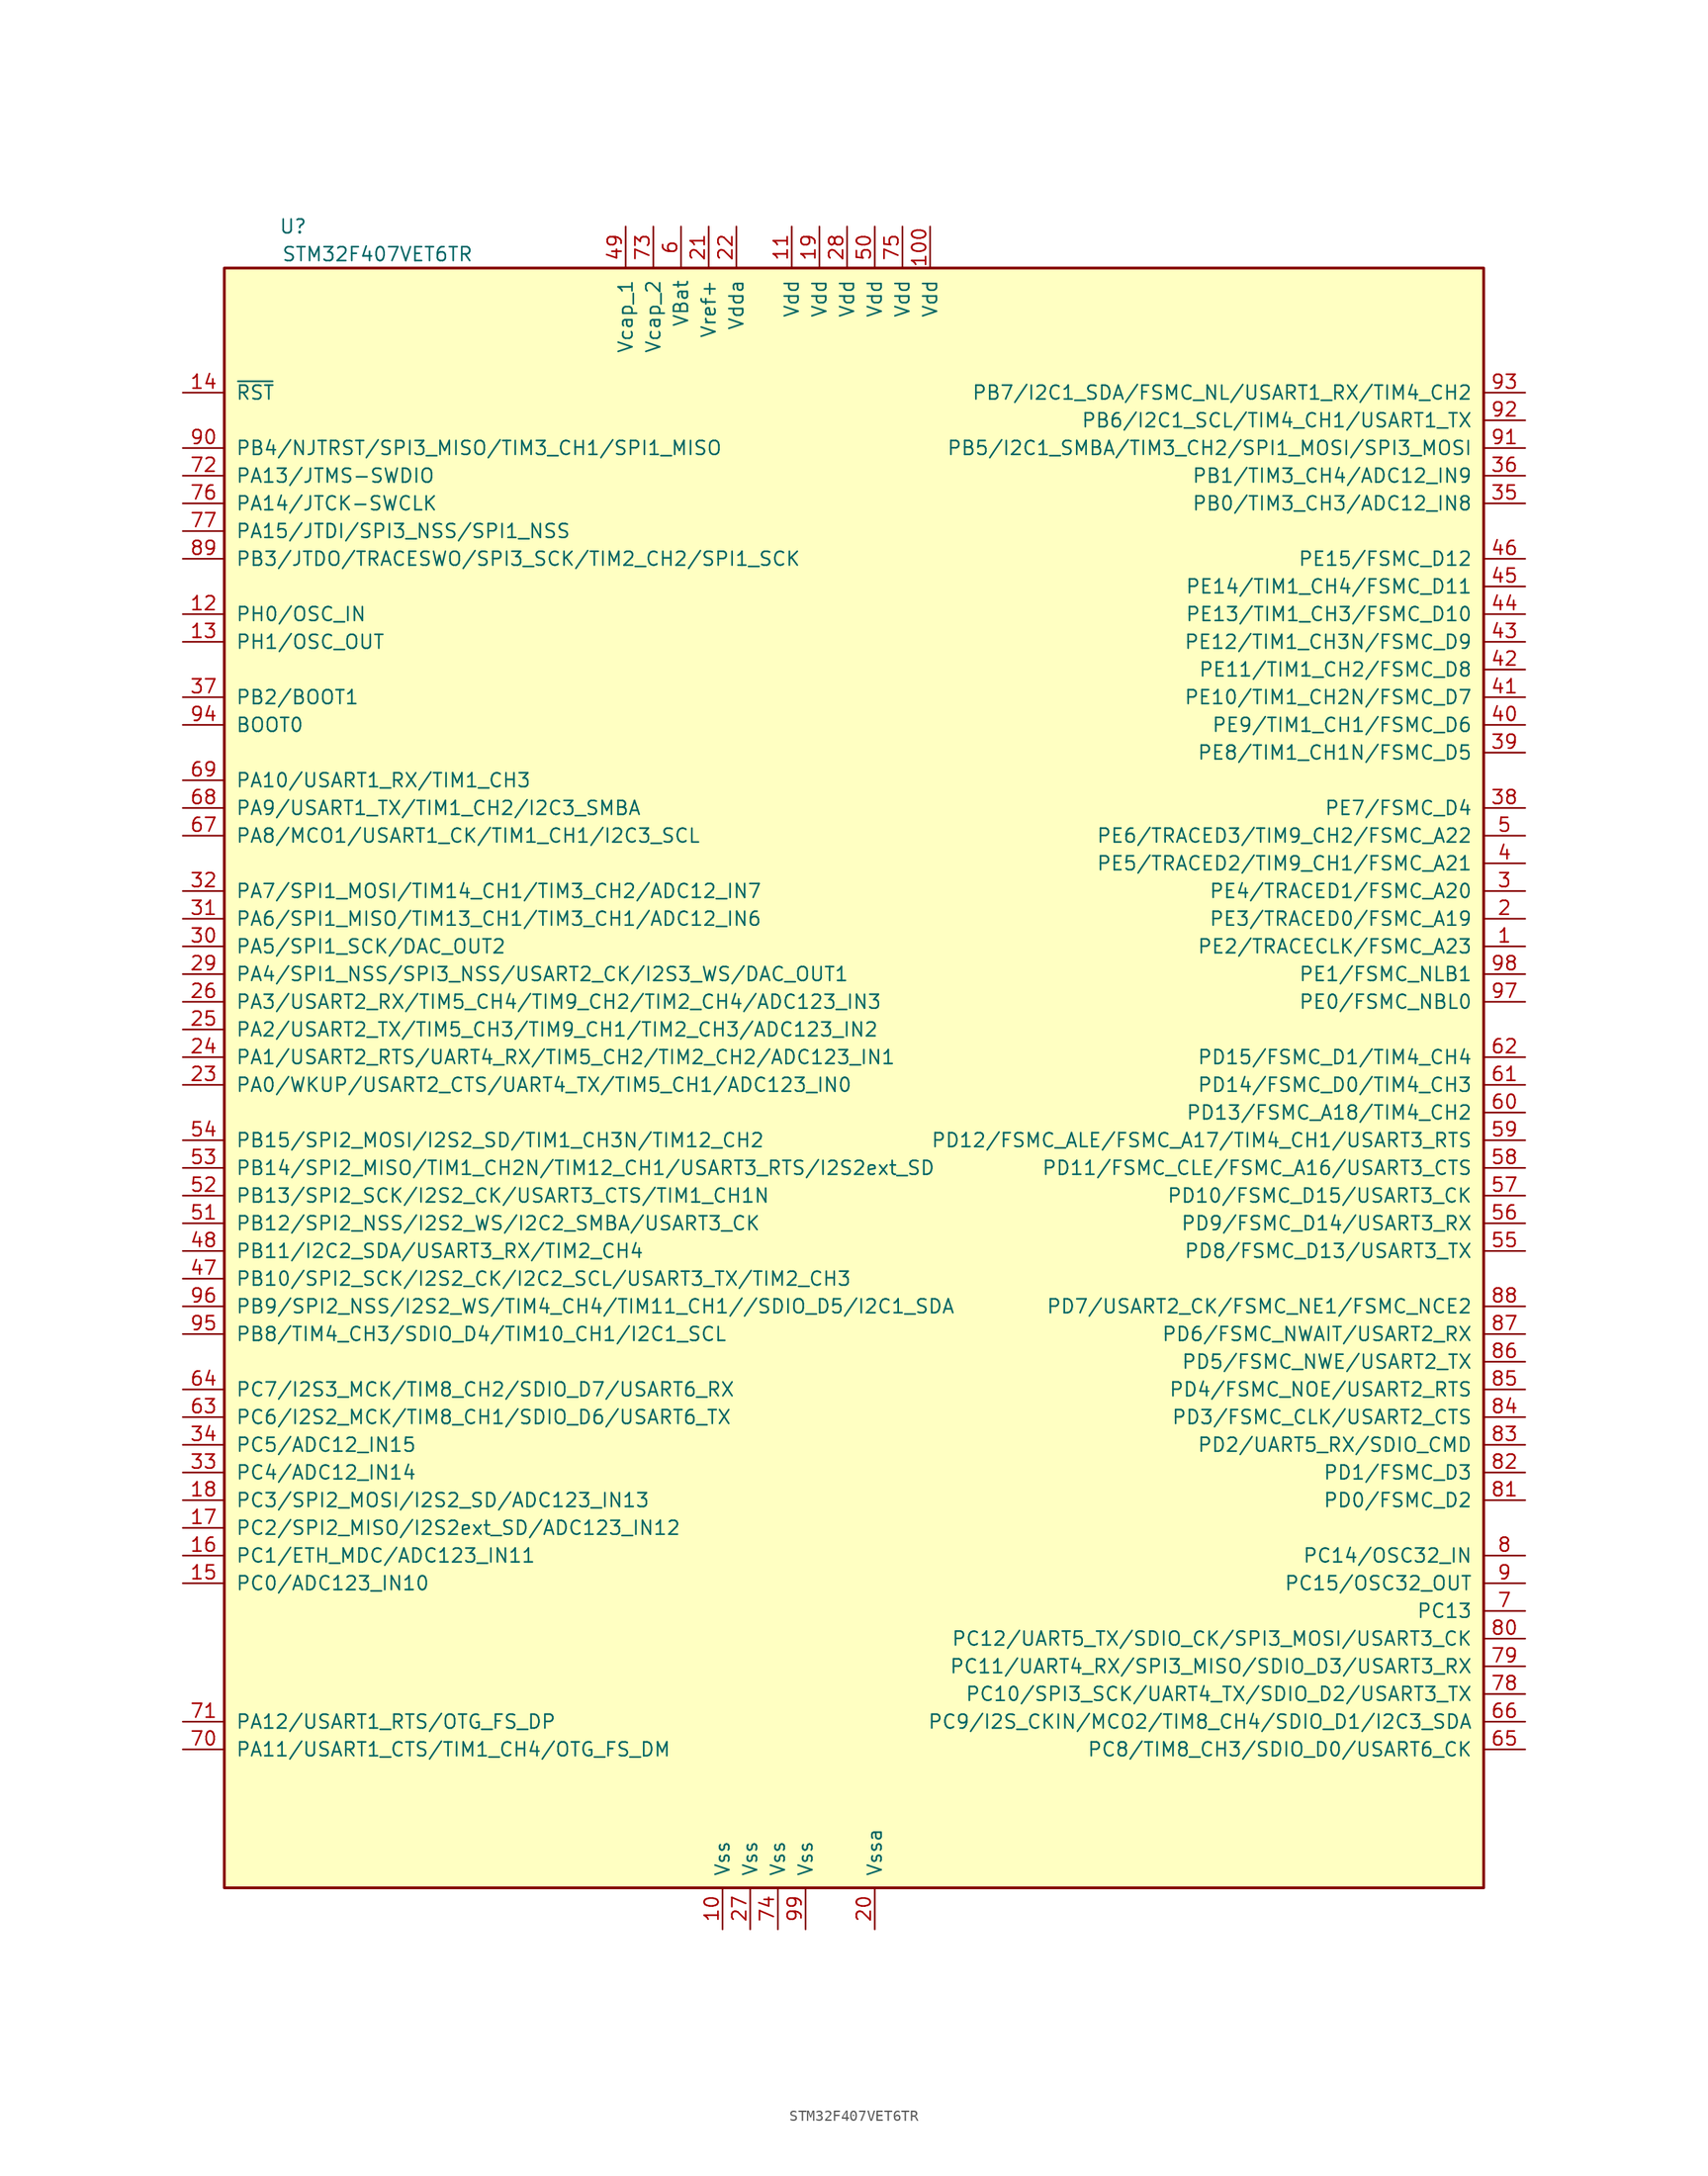
<source format=kicad_sym>
(kicad_symbol_lib
  (version 20211014)
  (generator kicad_symbol_editor)
  (symbol "STM32F407VET6TR"
    (pin_names
      (offset 1.016))
    (property "Reference" "U"
      (at -49.53 76.2 0)
      (effects (font (size 1.27 1.27)) (justify right)))
    (property "Value" "STM32F407VET6TR"
      (at -34.29 73.66 0)
      (effects (font (size 1.27 1.27)) (justify right)))
    (symbol "STM32F407VET6TR_0_1"
      (rectangle (start -57.15 72.39) (end 58.42 -76.2) (stroke (width 0.254) (type default) (color 0 0 0 0)) (fill (type background))))
    (symbol "STM32F407VET6TR_1_1"
      (pin bidirectional line (at 62.23 10.16 180) (length 3.81) (name "PE2/TRACECLK/FSMC_A23" (effects (font (size 1.27 1.27)))) (number "1" (effects (font (size 1.27 1.27)))))
      (pin power_in line (at -11.43 -80.01 90) (length 3.81) (name "Vss" (effects (font (size 1.27 1.27)))) (number "10" (effects (font (size 1.27 1.27)))))
      (pin power_in line (at 7.62 76.2 270) (length 3.81) (name "Vdd" (effects (font (size 1.27 1.27)))) (number "100" (effects (font (size 1.27 1.27)))))
      (pin power_in line (at -5.08 76.2 270) (length 3.81) (name "Vdd" (effects (font (size 1.27 1.27)))) (number "11" (effects (font (size 1.27 1.27)))))
      (pin bidirectional line (at -60.96 40.64 0) (length 3.81) (name "PH0/OSC_IN" (effects (font (size 1.27 1.27)))) (number "12" (effects (font (size 1.27 1.27)))))
      (pin bidirectional line (at -60.96 38.1 0) (length 3.81) (name "PH1/OSC_OUT" (effects (font (size 1.27 1.27)))) (number "13" (effects (font (size 1.27 1.27)))))
      (pin bidirectional line (at -60.96 60.96 0) (length 3.81) (name "~{RST}" (effects (font (size 1.27 1.27)))) (number "14" (effects (font (size 1.27 1.27)))))
      (pin bidirectional line (at -60.96 -48.26 0) (length 3.81) (name "PC0/ADC123_IN10" (effects (font (size 1.27 1.27)))) (number "15" (effects (font (size 1.27 1.27)))))
      (pin bidirectional line (at -60.96 -45.72 0) (length 3.81) (name "PC1/ETH_MDC/ADC123_IN11" (effects (font (size 1.27 1.27)))) (number "16" (effects (font (size 1.27 1.27)))))
      (pin bidirectional line (at -60.96 -43.18 0) (length 3.81) (name "PC2/SPI2_MISO/I2S2ext_SD/ADC123_IN12" (effects (font (size 1.27 1.27)))) (number "17" (effects (font (size 1.27 1.27)))))
      (pin bidirectional line (at -60.96 -40.64 0) (length 3.81) (name "PC3/SPI2_MOSI/I2S2_SD/ADC123_IN13" (effects (font (size 1.27 1.27)))) (number "18" (effects (font (size 1.27 1.27)))))
      (pin power_in line (at -2.54 76.2 270) (length 3.81) (name "Vdd" (effects (font (size 1.27 1.27)))) (number "19" (effects (font (size 1.27 1.27)))))
      (pin bidirectional line (at 62.23 12.7 180) (length 3.81) (name "PE3/TRACED0/FSMC_A19" (effects (font (size 1.27 1.27)))) (number "2" (effects (font (size 1.27 1.27)))))
      (pin power_in line (at 2.54 -80.01 90) (length 3.81) (name "Vssa" (effects (font (size 1.27 1.27)))) (number "20" (effects (font (size 1.27 1.27)))))
      (pin power_in line (at -12.7 76.2 270) (length 3.81) (name "Vref+" (effects (font (size 1.27 1.27)))) (number "21" (effects (font (size 1.27 1.27)))))
      (pin power_in line (at -10.16 76.2 270) (length 3.81) (name "Vdda" (effects (font (size 1.27 1.27)))) (number "22" (effects (font (size 1.27 1.27)))))
      (pin bidirectional line (at -60.96 -2.54 0) (length 3.81) (name "PA0/WKUP/USART2_CTS/UART4_TX/TIM5_CH1/ADC123_IN0" (effects (font (size 1.27 1.27)))) (number "23" (effects (font (size 1.27 1.27)))))
      (pin bidirectional line (at -60.96 0 0) (length 3.81) (name "PA1/USART2_RTS/UART4_RX/TIM5_CH2/TIM2_CH2/ADC123_IN1" (effects (font (size 1.27 1.27)))) (number "24" (effects (font (size 1.27 1.27)))))
      (pin bidirectional line (at -60.96 2.54 0) (length 3.81) (name "PA2/USART2_TX/TIM5_CH3/TIM9_CH1/TIM2_CH3/ADC123_IN2" (effects (font (size 1.27 1.27)))) (number "25" (effects (font (size 1.27 1.27)))))
      (pin bidirectional line (at -60.96 5.08 0) (length 3.81) (name "PA3/USART2_RX/TIM5_CH4/TIM9_CH2/TIM2_CH4/ADC123_IN3" (effects (font (size 1.27 1.27)))) (number "26" (effects (font (size 1.27 1.27)))))
      (pin power_in line (at -8.89 -80.01 90) (length 3.81) (name "Vss" (effects (font (size 1.27 1.27)))) (number "27" (effects (font (size 1.27 1.27)))))
      (pin power_in line (at 0 76.2 270) (length 3.81) (name "Vdd" (effects (font (size 1.27 1.27)))) (number "28" (effects (font (size 1.27 1.27)))))
      (pin bidirectional line (at -60.96 7.62 0) (length 3.81) (name "PA4/SPI1_NSS/SPI3_NSS/USART2_CK/I2S3_WS/DAC_OUT1" (effects (font (size 1.27 1.27)))) (number "29" (effects (font (size 1.27 1.27)))))
      (pin bidirectional line (at 62.23 15.24 180) (length 3.81) (name "PE4/TRACED1/FSMC_A20" (effects (font (size 1.27 1.27)))) (number "3" (effects (font (size 1.27 1.27)))))
      (pin bidirectional line (at -60.96 10.16 0) (length 3.81) (name "PA5/SPI1_SCK/DAC_OUT2" (effects (font (size 1.27 1.27)))) (number "30" (effects (font (size 1.27 1.27)))))
      (pin bidirectional line (at -60.96 12.7 0) (length 3.81) (name "PA6/SPI1_MISO/TIM13_CH1/TIM3_CH1/ADC12_IN6" (effects (font (size 1.27 1.27)))) (number "31" (effects (font (size 1.27 1.27)))))
      (pin bidirectional line (at -60.96 15.24 0) (length 3.81) (name "PA7/SPI1_MOSI/TIM14_CH1/TIM3_CH2/ADC12_IN7" (effects (font (size 1.27 1.27)))) (number "32" (effects (font (size 1.27 1.27)))))
      (pin bidirectional line (at -60.96 -38.1 0) (length 3.81) (name "PC4/ADC12_IN14" (effects (font (size 1.27 1.27)))) (number "33" (effects (font (size 1.27 1.27)))))
      (pin bidirectional line (at -60.96 -35.56 0) (length 3.81) (name "PC5/ADC12_IN15" (effects (font (size 1.27 1.27)))) (number "34" (effects (font (size 1.27 1.27)))))
      (pin bidirectional line (at 62.23 50.8 180) (length 3.81) (name "PB0/TIM3_CH3/ADC12_IN8" (effects (font (size 1.27 1.27)))) (number "35" (effects (font (size 1.27 1.27)))))
      (pin bidirectional line (at 62.23 53.34 180) (length 3.81) (name "PB1/TIM3_CH4/ADC12_IN9" (effects (font (size 1.27 1.27)))) (number "36" (effects (font (size 1.27 1.27)))))
      (pin bidirectional line (at -60.96 33.02 0) (length 3.81) (name "PB2/BOOT1" (effects (font (size 1.27 1.27)))) (number "37" (effects (font (size 1.27 1.27)))))
      (pin bidirectional line (at 62.23 22.86 180) (length 3.81) (name "PE7/FSMC_D4" (effects (font (size 1.27 1.27)))) (number "38" (effects (font (size 1.27 1.27)))))
      (pin bidirectional line (at 62.23 27.94 180) (length 3.81) (name "PE8/TIM1_CH1N/FSMC_D5" (effects (font (size 1.27 1.27)))) (number "39" (effects (font (size 1.27 1.27)))))
      (pin bidirectional line (at 62.23 17.78 180) (length 3.81) (name "PE5/TRACED2/TIM9_CH1/FSMC_A21" (effects (font (size 1.27 1.27)))) (number "4" (effects (font (size 1.27 1.27)))))
      (pin bidirectional line (at 62.23 30.48 180) (length 3.81) (name "PE9/TIM1_CH1/FSMC_D6" (effects (font (size 1.27 1.27)))) (number "40" (effects (font (size 1.27 1.27)))))
      (pin bidirectional line (at 62.23 33.02 180) (length 3.81) (name "PE10/TIM1_CH2N/FSMC_D7" (effects (font (size 1.27 1.27)))) (number "41" (effects (font (size 1.27 1.27)))))
      (pin bidirectional line (at 62.23 35.56 180) (length 3.81) (name "PE11/TIM1_CH2/FSMC_D8" (effects (font (size 1.27 1.27)))) (number "42" (effects (font (size 1.27 1.27)))))
      (pin bidirectional line (at 62.23 38.1 180) (length 3.81) (name "PE12/TIM1_CH3N/FSMC_D9" (effects (font (size 1.27 1.27)))) (number "43" (effects (font (size 1.27 1.27)))))
      (pin bidirectional line (at 62.23 40.64 180) (length 3.81) (name "PE13/TIM1_CH3/FSMC_D10" (effects (font (size 1.27 1.27)))) (number "44" (effects (font (size 1.27 1.27)))))
      (pin bidirectional line (at 62.23 43.18 180) (length 3.81) (name "PE14/TIM1_CH4/FSMC_D11" (effects (font (size 1.27 1.27)))) (number "45" (effects (font (size 1.27 1.27)))))
      (pin bidirectional line (at 62.23 45.72 180) (length 3.81) (name "PE15/FSMC_D12" (effects (font (size 1.27 1.27)))) (number "46" (effects (font (size 1.27 1.27)))))
      (pin bidirectional line (at -60.96 -20.32 0) (length 3.81) (name "PB10/SPI2_SCK/I2S2_CK/I2C2_SCL/USART3_TX/TIM2_CH3" (effects (font (size 1.27 1.27)))) (number "47" (effects (font (size 1.27 1.27)))))
      (pin bidirectional line (at -60.96 -17.78 0) (length 3.81) (name "PB11/I2C2_SDA/USART3_RX/TIM2_CH4" (effects (font (size 1.27 1.27)))) (number "48" (effects (font (size 1.27 1.27)))))
      (pin power_in line (at -20.32 76.2 270) (length 3.81) (name "Vcap_1" (effects (font (size 1.27 1.27)))) (number "49" (effects (font (size 1.27 1.27)))))
      (pin bidirectional line (at 62.23 20.32 180) (length 3.81) (name "PE6/TRACED3/TIM9_CH2/FSMC_A22" (effects (font (size 1.27 1.27)))) (number "5" (effects (font (size 1.27 1.27)))))
      (pin power_in line (at 2.54 76.2 270) (length 3.81) (name "Vdd" (effects (font (size 1.27 1.27)))) (number "50" (effects (font (size 1.27 1.27)))))
      (pin bidirectional line (at -60.96 -15.24 0) (length 3.81) (name "PB12/SPI2_NSS/I2S2_WS/I2C2_SMBA/USART3_CK" (effects (font (size 1.27 1.27)))) (number "51" (effects (font (size 1.27 1.27)))))
      (pin bidirectional line (at -60.96 -12.7 0) (length 3.81) (name "PB13/SPI2_SCK/I2S2_CK/USART3_CTS/TIM1_CH1N" (effects (font (size 1.27 1.27)))) (number "52" (effects (font (size 1.27 1.27)))))
      (pin bidirectional line (at -60.96 -10.16 0) (length 3.81) (name "PB14/SPI2_MISO/TIM1_CH2N/TIM12_CH1/USART3_RTS/I2S2ext_SD" (effects (font (size 1.27 1.27)))) (number "53" (effects (font (size 1.27 1.27)))))
      (pin bidirectional line (at -60.96 -7.62 0) (length 3.81) (name "PB15/SPI2_MOSI/I2S2_SD/TIM1_CH3N/TIM12_CH2" (effects (font (size 1.27 1.27)))) (number "54" (effects (font (size 1.27 1.27)))))
      (pin bidirectional line (at 62.23 -17.78 180) (length 3.81) (name "PD8/FSMC_D13/USART3_TX" (effects (font (size 1.27 1.27)))) (number "55" (effects (font (size 1.27 1.27)))))
      (pin bidirectional line (at 62.23 -15.24 180) (length 3.81) (name "PD9/FSMC_D14/USART3_RX" (effects (font (size 1.27 1.27)))) (number "56" (effects (font (size 1.27 1.27)))))
      (pin bidirectional line (at 62.23 -12.7 180) (length 3.81) (name "PD10/FSMC_D15/USART3_CK" (effects (font (size 1.27 1.27)))) (number "57" (effects (font (size 1.27 1.27)))))
      (pin bidirectional line (at 62.23 -10.16 180) (length 3.81) (name "PD11/FSMC_CLE/FSMC_A16/USART3_CTS" (effects (font (size 1.27 1.27)))) (number "58" (effects (font (size 1.27 1.27)))))
      (pin bidirectional line (at 62.23 -7.62 180) (length 3.81) (name "PD12/FSMC_ALE/FSMC_A17/TIM4_CH1/USART3_RTS" (effects (font (size 1.27 1.27)))) (number "59" (effects (font (size 1.27 1.27)))))
      (pin power_in line (at -15.24 76.2 270) (length 3.81) (name "VBat" (effects (font (size 1.27 1.27)))) (number "6" (effects (font (size 1.27 1.27)))))
      (pin bidirectional line (at 62.23 -5.08 180) (length 3.81) (name "PD13/FSMC_A18/TIM4_CH2" (effects (font (size 1.27 1.27)))) (number "60" (effects (font (size 1.27 1.27)))))
      (pin bidirectional line (at 62.23 -2.54 180) (length 3.81) (name "PD14/FSMC_D0/TIM4_CH3" (effects (font (size 1.27 1.27)))) (number "61" (effects (font (size 1.27 1.27)))))
      (pin bidirectional line (at 62.23 0 180) (length 3.81) (name "PD15/FSMC_D1/TIM4_CH4" (effects (font (size 1.27 1.27)))) (number "62" (effects (font (size 1.27 1.27)))))
      (pin bidirectional line (at -60.96 -33.02 0) (length 3.81) (name "PC6/I2S2_MCK/TIM8_CH1/SDIO_D6/USART6_TX" (effects (font (size 1.27 1.27)))) (number "63" (effects (font (size 1.27 1.27)))))
      (pin bidirectional line (at -60.96 -30.48 0) (length 3.81) (name "PC7/I2S3_MCK/TIM8_CH2/SDIO_D7/USART6_RX" (effects (font (size 1.27 1.27)))) (number "64" (effects (font (size 1.27 1.27)))))
      (pin bidirectional line (at 62.23 -63.5 180) (length 3.81) (name "PC8/TIM8_CH3/SDIO_D0/USART6_CK" (effects (font (size 1.27 1.27)))) (number "65" (effects (font (size 1.27 1.27)))))
      (pin bidirectional line (at 62.23 -60.96 180) (length 3.81) (name "PC9/I2S_CKIN/MCO2/TIM8_CH4/SDIO_D1/I2C3_SDA" (effects (font (size 1.27 1.27)))) (number "66" (effects (font (size 1.27 1.27)))))
      (pin bidirectional line (at -60.96 20.32 0) (length 3.81) (name "PA8/MCO1/USART1_CK/TIM1_CH1/I2C3_SCL" (effects (font (size 1.27 1.27)))) (number "67" (effects (font (size 1.27 1.27)))))
      (pin bidirectional line (at -60.96 22.86 0) (length 3.81) (name "PA9/USART1_TX/TIM1_CH2/I2C3_SMBA" (effects (font (size 1.27 1.27)))) (number "68" (effects (font (size 1.27 1.27)))))
      (pin bidirectional line (at -60.96 25.4 0) (length 3.81) (name "PA10/USART1_RX/TIM1_CH3" (effects (font (size 1.27 1.27)))) (number "69" (effects (font (size 1.27 1.27)))))
      (pin bidirectional line (at 62.23 -50.8 180) (length 3.81) (name "PC13" (effects (font (size 1.27 1.27)))) (number "7" (effects (font (size 1.27 1.27)))))
      (pin bidirectional line (at -60.96 -63.5 0) (length 3.81) (name "PA11/USART1_CTS/TIM1_CH4/OTG_FS_DM" (effects (font (size 1.27 1.27)))) (number "70" (effects (font (size 1.27 1.27)))))
      (pin bidirectional line (at -60.96 -60.96 0) (length 3.81) (name "PA12/USART1_RTS/OTG_FS_DP" (effects (font (size 1.27 1.27)))) (number "71" (effects (font (size 1.27 1.27)))))
      (pin bidirectional line (at -60.96 53.34 0) (length 3.81) (name "PA13/JTMS-SWDIO" (effects (font (size 1.27 1.27)))) (number "72" (effects (font (size 1.27 1.27)))))
      (pin power_in line (at -17.78 76.2 270) (length 3.81) (name "Vcap_2" (effects (font (size 1.27 1.27)))) (number "73" (effects (font (size 1.27 1.27)))))
      (pin power_in line (at -6.35 -80.01 90) (length 3.81) (name "Vss" (effects (font (size 1.27 1.27)))) (number "74" (effects (font (size 1.27 1.27)))))
      (pin power_in line (at 5.08 76.2 270) (length 3.81) (name "Vdd" (effects (font (size 1.27 1.27)))) (number "75" (effects (font (size 1.27 1.27)))))
      (pin bidirectional line (at -60.96 50.8 0) (length 3.81) (name "PA14/JTCK-SWCLK" (effects (font (size 1.27 1.27)))) (number "76" (effects (font (size 1.27 1.27)))))
      (pin bidirectional line (at -60.96 48.26 0) (length 3.81) (name "PA15/JTDI/SPI3_NSS/SPI1_NSS" (effects (font (size 1.27 1.27)))) (number "77" (effects (font (size 1.27 1.27)))))
      (pin bidirectional line (at 62.23 -58.42 180) (length 3.81) (name "PC10/SPI3_SCK/UART4_TX/SDIO_D2/USART3_TX" (effects (font (size 1.27 1.27)))) (number "78" (effects (font (size 1.27 1.27)))))
      (pin bidirectional line (at 62.23 -55.88 180) (length 3.81) (name "PC11/UART4_RX/SPI3_MISO/SDIO_D3/USART3_RX" (effects (font (size 1.27 1.27)))) (number "79" (effects (font (size 1.27 1.27)))))
      (pin bidirectional line (at 62.23 -45.72 180) (length 3.81) (name "PC14/OSC32_IN" (effects (font (size 1.27 1.27)))) (number "8" (effects (font (size 1.27 1.27)))))
      (pin bidirectional line (at 62.23 -53.34 180) (length 3.81) (name "PC12/UART5_TX/SDIO_CK/SPI3_MOSI/USART3_CK" (effects (font (size 1.27 1.27)))) (number "80" (effects (font (size 1.27 1.27)))))
      (pin bidirectional line (at 62.23 -40.64 180) (length 3.81) (name "PD0/FSMC_D2" (effects (font (size 1.27 1.27)))) (number "81" (effects (font (size 1.27 1.27)))))
      (pin bidirectional line (at 62.23 -38.1 180) (length 3.81) (name "PD1/FSMC_D3" (effects (font (size 1.27 1.27)))) (number "82" (effects (font (size 1.27 1.27)))))
      (pin bidirectional line (at 62.23 -35.56 180) (length 3.81) (name "PD2/UART5_RX/SDIO_CMD" (effects (font (size 1.27 1.27)))) (number "83" (effects (font (size 1.27 1.27)))))
      (pin bidirectional line (at 62.23 -33.02 180) (length 3.81) (name "PD3/FSMC_CLK/USART2_CTS" (effects (font (size 1.27 1.27)))) (number "84" (effects (font (size 1.27 1.27)))))
      (pin bidirectional line (at 62.23 -30.48 180) (length 3.81) (name "PD4/FSMC_NOE/USART2_RTS" (effects (font (size 1.27 1.27)))) (number "85" (effects (font (size 1.27 1.27)))))
      (pin bidirectional line (at 62.23 -27.94 180) (length 3.81) (name "PD5/FSMC_NWE/USART2_TX" (effects (font (size 1.27 1.27)))) (number "86" (effects (font (size 1.27 1.27)))))
      (pin bidirectional line (at 62.23 -25.4 180) (length 3.81) (name "PD6/FSMC_NWAIT/USART2_RX" (effects (font (size 1.27 1.27)))) (number "87" (effects (font (size 1.27 1.27)))))
      (pin bidirectional line (at 62.23 -22.86 180) (length 3.81) (name "PD7/USART2_CK/FSMC_NE1/FSMC_NCE2" (effects (font (size 1.27 1.27)))) (number "88" (effects (font (size 1.27 1.27)))))
      (pin bidirectional line (at -60.96 45.72 0) (length 3.81) (name "PB3/JTDO/TRACESWO/SPI3_SCK/TIM2_CH2/SPI1_SCK" (effects (font (size 1.27 1.27)))) (number "89" (effects (font (size 1.27 1.27)))))
      (pin bidirectional line (at 62.23 -48.26 180) (length 3.81) (name "PC15/OSC32_OUT" (effects (font (size 1.27 1.27)))) (number "9" (effects (font (size 1.27 1.27)))))
      (pin bidirectional line (at -60.96 55.88 0) (length 3.81) (name "PB4/NJTRST/SPI3_MISO/TIM3_CH1/SPI1_MISO" (effects (font (size 1.27 1.27)))) (number "90" (effects (font (size 1.27 1.27)))))
      (pin bidirectional line (at 62.23 55.88 180) (length 3.81) (name "PB5/I2C1_SMBA/TIM3_CH2/SPI1_MOSI/SPI3_MOSI" (effects (font (size 1.27 1.27)))) (number "91" (effects (font (size 1.27 1.27)))))
      (pin bidirectional line (at 62.23 58.42 180) (length 3.81) (name "PB6/I2C1_SCL/TIM4_CH1/USART1_TX" (effects (font (size 1.27 1.27)))) (number "92" (effects (font (size 1.27 1.27)))))
      (pin bidirectional line (at 62.23 60.96 180) (length 3.81) (name "PB7/I2C1_SDA/FSMC_NL/USART1_RX/TIM4_CH2" (effects (font (size 1.27 1.27)))) (number "93" (effects (font (size 1.27 1.27)))))
      (pin bidirectional line (at -60.96 30.48 0) (length 3.81) (name "BOOT0" (effects (font (size 1.27 1.27)))) (number "94" (effects (font (size 1.27 1.27)))))
      (pin bidirectional line (at -60.96 -25.4 0) (length 3.81) (name "PB8/TIM4_CH3/SDIO_D4/TIM10_CH1/I2C1_SCL" (effects (font (size 1.27 1.27)))) (number "95" (effects (font (size 1.27 1.27)))))
      (pin bidirectional line (at -60.96 -22.86 0) (length 3.81) (name "PB9/SPI2_NSS/I2S2_WS/TIM4_CH4/TIM11_CH1//SDIO_D5/I2C1_SDA" (effects (font (size 1.27 1.27)))) (number "96" (effects (font (size 1.27 1.27)))))
      (pin bidirectional line (at 62.23 5.08 180) (length 3.81) (name "PE0/FSMC_NBL0" (effects (font (size 1.27 1.27)))) (number "97" (effects (font (size 1.27 1.27)))))
      (pin bidirectional line (at 62.23 7.62 180) (length 3.81) (name "PE1/FSMC_NLB1" (effects (font (size 1.27 1.27)))) (number "98" (effects (font (size 1.27 1.27)))))
      (pin power_in line (at -3.81 -80.01 90) (length 3.81) (name "Vss" (effects (font (size 1.27 1.27)))) (number "99" (effects (font (size 1.27 1.27))))))))
</source>
